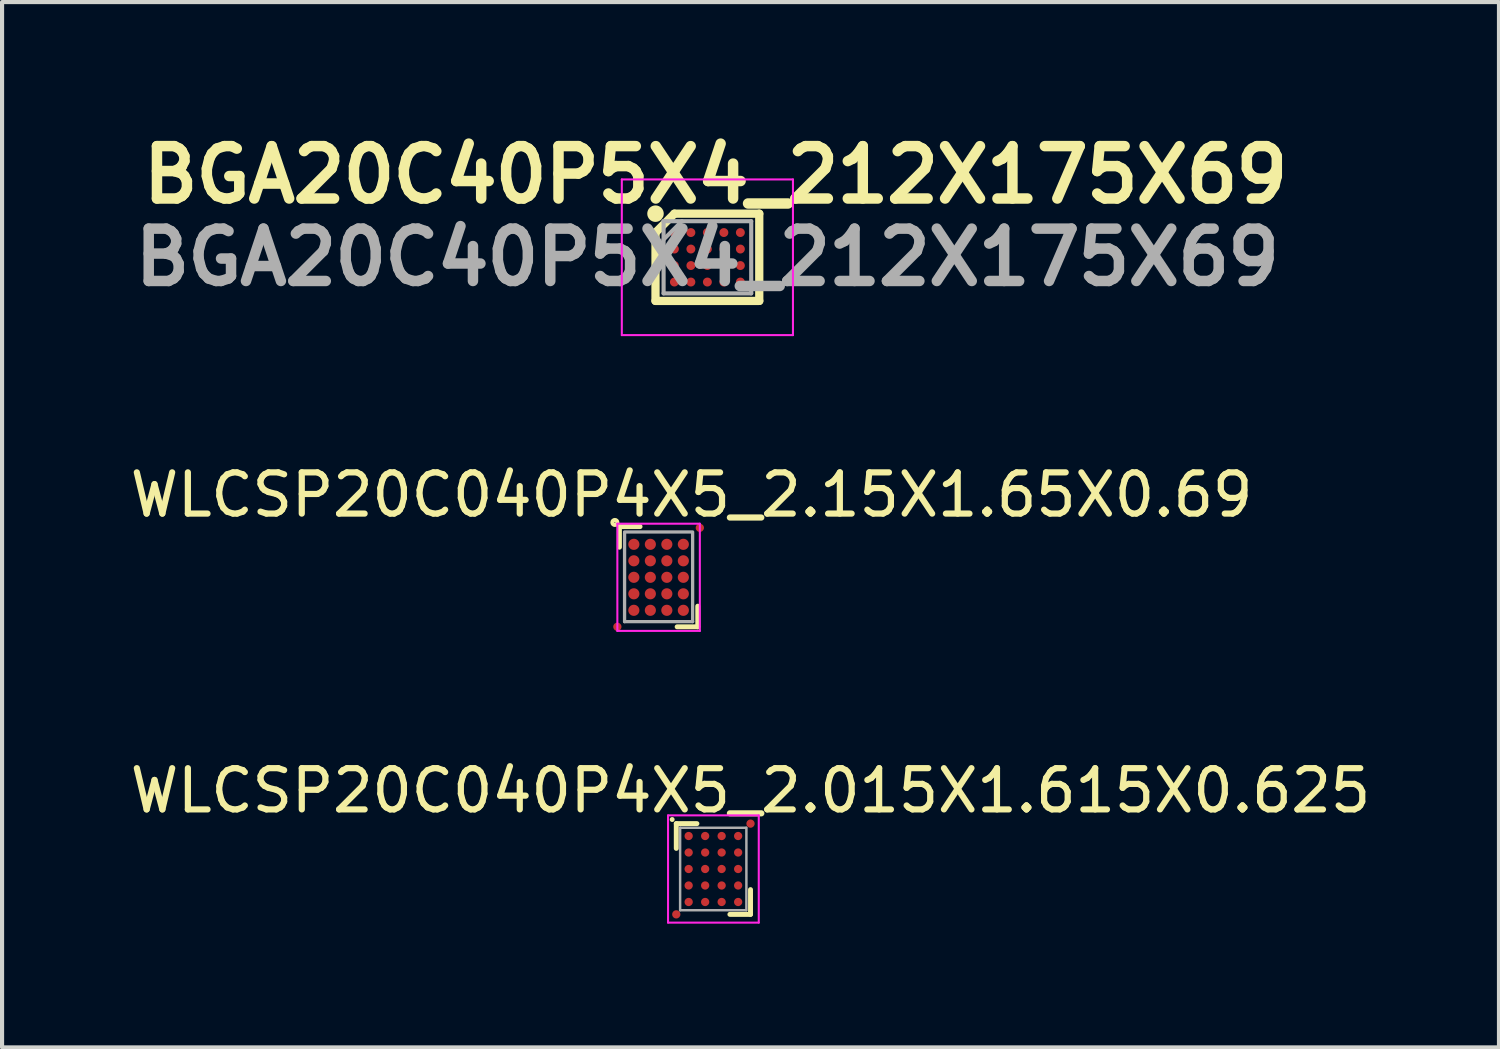
<source format=kicad_pcb>
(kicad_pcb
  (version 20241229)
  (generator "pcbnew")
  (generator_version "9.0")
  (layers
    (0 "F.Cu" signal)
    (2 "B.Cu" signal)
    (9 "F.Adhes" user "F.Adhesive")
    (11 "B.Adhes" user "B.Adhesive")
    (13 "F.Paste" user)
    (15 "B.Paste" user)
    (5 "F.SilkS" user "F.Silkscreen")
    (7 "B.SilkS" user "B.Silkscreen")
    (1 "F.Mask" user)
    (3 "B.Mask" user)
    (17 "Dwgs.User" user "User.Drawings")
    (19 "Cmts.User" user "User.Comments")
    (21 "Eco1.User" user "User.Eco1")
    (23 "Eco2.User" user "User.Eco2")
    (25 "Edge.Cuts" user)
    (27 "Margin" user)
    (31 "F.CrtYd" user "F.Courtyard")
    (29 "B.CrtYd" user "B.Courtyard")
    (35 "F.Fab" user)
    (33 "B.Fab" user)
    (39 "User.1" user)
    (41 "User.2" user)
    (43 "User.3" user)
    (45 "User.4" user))
  (footprint "WLCSP20C040P4X5_2.15X1.65X0.69"
    (layer "F.Cu")
    (at 12.92 10.949)
    (property "Reference" "WLCSP20C040P4X5_2.15X1.65X0.69" (at 0.8 -2 0) (layer "F.SilkS") (effects (font (size 1 1) (thickness 0.15))))
    (attr through_hole)
    (fp_line (start -0.95 -1.23) (end -0.95 -0.73) (stroke (width 0.12) (type solid)) (layer "F.SilkS"))
    (fp_line (start -0.45 -1.23) (end -0.95 -1.23) (stroke (width 0.12) (type solid)) (layer "F.SilkS"))
    (fp_line (start 0.45 1.2) (end 0.95 1.2) (stroke (width 0.12) (type solid)) (layer "F.SilkS"))
    (fp_line (start 0.95 1.2) (end 0.95 0.7) (stroke (width 0.12) (type solid)) (layer "F.SilkS"))
    (fp_circle (center -1.06 -1.33) (end -1.05 -1.33) (stroke (width 0.1) (type solid)) (fill no) (layer "F.SilkS"))
    (fp_line (start -1 -1.3) (end -1 1.3) (stroke (width 0.05) (type solid)) (layer "F.CrtYd"))
    (fp_line (start -1 1.3) (end 1 1.3) (stroke (width 0.05) (type solid)) (layer "F.CrtYd"))
    (fp_line (start 1 -1.3) (end -1 -1.3) (stroke (width 0.05) (type solid)) (layer "F.CrtYd"))
    (fp_line (start 1 1.3) (end 1 -1.3) (stroke (width 0.05) (type solid)) (layer "F.CrtYd"))
    (fp_line (start -0.825 -1.1) (end 0.825 -1.1) (stroke (width 0.08) (type solid)) (layer "F.Fab"))
    (fp_line (start -0.825 1.075) (end -0.825 -1.075) (stroke (width 0.08) (type solid)) (layer "F.Fab"))
    (fp_line (start -0.825 1.075) (end 0.825 1.075) (stroke (width 0.08) (type solid)) (layer "F.Fab"))
    (fp_line (start 0.825 1.075) (end 0.825 -1.075) (stroke (width 0.08) (type solid)) (layer "F.Fab"))
    (pad "A1" smd circle (at -0.6 -0.8) (size 0.27 0.27) (layers "F.Cu" "F.Mask" "F.Paste"))
    (pad "A2" smd circle (at -0.6 -0.4) (size 0.27 0.27) (layers "F.Cu" "F.Mask" "F.Paste"))
    (pad "A3" smd circle (at -0.6 0) (size 0.27 0.27) (layers "F.Cu" "F.Mask" "F.Paste"))
    (pad "A4" smd circle (at -0.6 0.4) (size 0.27 0.27) (layers "F.Cu" "F.Mask" "F.Paste"))
    (pad "A5" smd circle (at -0.6 0.8) (size 0.27 0.27) (layers "F.Cu" "F.Mask" "F.Paste"))
    (pad "B1" smd circle (at -0.2 -0.8) (size 0.27 0.27) (layers "F.Cu" "F.Mask" "F.Paste"))
    (pad "B2" smd circle (at -0.2 -0.4) (size 0.27 0.27) (layers "F.Cu" "F.Mask" "F.Paste"))
    (pad "B3" smd circle (at -0.2 0) (size 0.27 0.27) (layers "F.Cu" "F.Mask" "F.Paste"))
    (pad "B4" smd circle (at -0.2 0.4) (size 0.27 0.27) (layers "F.Cu" "F.Mask" "F.Paste"))
    (pad "B5" smd circle (at -0.2 0.8) (size 0.27 0.27) (layers "F.Cu" "F.Mask" "F.Paste"))
    (pad "C1" smd circle (at 0.2 -0.8) (size 0.27 0.27) (layers "F.Cu" "F.Mask" "F.Paste"))
    (pad "C2" smd circle (at 0.2 -0.4) (size 0.27 0.27) (layers "F.Cu" "F.Mask" "F.Paste"))
    (pad "C3" smd circle (at 0.2 0) (size 0.27 0.27) (layers "F.Cu" "F.Mask" "F.Paste"))
    (pad "C4" smd circle (at 0.2 0.4) (size 0.27 0.27) (layers "F.Cu" "F.Mask" "F.Paste"))
    (pad "C5" smd circle (at 0.2 0.8) (size 0.27 0.27) (layers "F.Cu" "F.Mask" "F.Paste"))
    (pad "D1" smd circle (at 0.6 -0.8) (size 0.27 0.27) (layers "F.Cu" "F.Mask" "F.Paste"))
    (pad "D2" smd circle (at 0.6 -0.4) (size 0.27 0.27) (layers "F.Cu" "F.Mask" "F.Paste"))
    (pad "D3" smd circle (at 0.6 0) (size 0.27 0.27) (layers "F.Cu" "F.Mask" "F.Paste"))
    (pad "D4" smd circle (at 0.6 0.4) (size 0.27 0.27) (layers "F.Cu" "F.Mask" "F.Paste"))
    (pad "D5" smd circle (at 0.6 0.8) (size 0.27 0.27) (layers "F.Cu" "F.Mask" "F.Paste"))
    (pad "FID" smd circle (at -1 1.2) (size 0.2 0.2) (layers "F.Cu" "F.Mask" "F.Paste"))
    (pad "FID" smd circle (at 1 -1.2) (size 0.2 0.2) (layers "F.Cu" "F.Mask" "F.Paste")))
  (footprint "WLCSP20C040P4X5_2.015X1.615X0.625"
    (layer "F.Cu")
    (at 14.249 18.022)
    (property "Reference" "WLCSP20C040P4X5_2.015X1.615X0.625" (at 0.9 -1.9 0) (layer "F.SilkS") (effects (font (size 1 1) (thickness 0.15))))
    (attr through_hole)
    (fp_line (start -0.9 -1.1) (end -0.4 -1.1) (stroke (width 0.12) (type solid)) (layer "F.SilkS"))
    (fp_line (start -0.9 -0.5) (end -0.9 -1.1) (stroke (width 0.12) (type solid)) (layer "F.SilkS"))
    (fp_line (start 0.9 0.5) (end 0.9 1.1) (stroke (width 0.12) (type solid)) (layer "F.SilkS"))
    (fp_line (start 0.9 1.1) (end 0.4 1.1) (stroke (width 0.12) (type solid)) (layer "F.SilkS"))
    (fp_circle (center -1 -1.2) (end -0.97 -1.2) (stroke (width 0.06) (type solid)) (fill no) (layer "F.SilkS"))
    (fp_line (start -1.1 -1.3) (end -1.1 1.3) (stroke (width 0.05) (type solid)) (layer "F.CrtYd"))
    (fp_line (start -1.1 1.3) (end 1.1 1.3) (stroke (width 0.05) (type solid)) (layer "F.CrtYd"))
    (fp_line (start 1.1 -1.3) (end -1.1 -1.3) (stroke (width 0.05) (type solid)) (layer "F.CrtYd"))
    (fp_line (start 1.1 1.3) (end 1.1 -1.3) (stroke (width 0.05) (type solid)) (layer "F.CrtYd"))
    (fp_line (start -0.807 -1) (end -0.807 1) (stroke (width 0.06) (type solid)) (layer "F.Fab"))
    (fp_line (start -0.807 -1) (end 0.793 -1) (stroke (width 0.06) (type solid)) (layer "F.Fab"))
    (fp_line (start -0.807 1) (end 0.793 1) (stroke (width 0.06) (type solid)) (layer "F.Fab"))
    (fp_line (start 0.8 -1) (end 0.8 1) (stroke (width 0.06) (type solid)) (layer "F.Fab"))
    (pad "A1" smd circle (at -0.6 -0.8) (size 0.2 0.2) (layers "F.Cu" "F.Mask" "F.Paste"))
    (pad "A2" smd circle (at -0.6 -0.4) (size 0.2 0.2) (layers "F.Cu" "F.Mask" "F.Paste"))
    (pad "A3" smd circle (at -0.6 0) (size 0.2 0.2) (layers "F.Cu" "F.Mask" "F.Paste"))
    (pad "A4" smd circle (at -0.6 0.4) (size 0.2 0.2) (layers "F.Cu" "F.Mask" "F.Paste"))
    (pad "A5" smd circle (at -0.6 0.8) (size 0.2 0.2) (layers "F.Cu" "F.Mask" "F.Paste"))
    (pad "B1" smd circle (at -0.2 -0.8) (size 0.2 0.2) (layers "F.Cu" "F.Mask" "F.Paste"))
    (pad "B2" smd circle (at -0.2 -0.4) (size 0.2 0.2) (layers "F.Cu" "F.Mask" "F.Paste"))
    (pad "B3" smd circle (at -0.2 0) (size 0.2 0.2) (layers "F.Cu" "F.Mask" "F.Paste"))
    (pad "B4" smd circle (at -0.2 0.4) (size 0.2 0.2) (layers "F.Cu" "F.Mask" "F.Paste"))
    (pad "B5" smd circle (at -0.2 0.8) (size 0.2 0.2) (layers "F.Cu" "F.Mask" "F.Paste"))
    (pad "C1" smd circle (at 0.2 -0.8) (size 0.2 0.2) (layers "F.Cu" "F.Mask" "F.Paste"))
    (pad "C2" smd circle (at 0.2 -0.4) (size 0.2 0.2) (layers "F.Cu" "F.Mask" "F.Paste"))
    (pad "C3" smd circle (at 0.2 0) (size 0.2 0.2) (layers "F.Cu" "F.Mask" "F.Paste"))
    (pad "C4" smd circle (at 0.2 0.4) (size 0.2 0.2) (layers "F.Cu" "F.Mask" "F.Paste"))
    (pad "C5" smd circle (at 0.2 0.8) (size 0.2 0.2) (layers "F.Cu" "F.Mask" "F.Paste"))
    (pad "D1" smd circle (at 0.6 -0.8) (size 0.2 0.2) (layers "F.Cu" "F.Mask" "F.Paste"))
    (pad "D2" smd circle (at 0.6 -0.4) (size 0.2 0.2) (layers "F.Cu" "F.Mask" "F.Paste"))
    (pad "D3" smd circle (at 0.6 0) (size 0.2 0.2) (layers "F.Cu" "F.Mask" "F.Paste"))
    (pad "D4" smd circle (at 0.6 0.4) (size 0.2 0.2) (layers "F.Cu" "F.Mask" "F.Paste"))
    (pad "D5" smd circle (at 0.6 0.8) (size 0.2 0.2) (layers "F.Cu" "F.Mask" "F.Paste"))
    (pad "FID" smd circle (at -0.9 1.1) (size 0.2 0.2) (layers "F.Cu" "F.Mask" "F.Paste"))
    (pad "FID" smd circle (at 0.9 -1.1) (size 0.2 0.2) (layers "F.Cu" "F.Mask" "F.Paste")))
  (footprint "BGA20C40P5X4_212X175X69"
    (layer "F.Cu")
    (at 14.103 3.189)
    (property "Reference" "BGA20C40P5X4_212X175X69" (at 0.2 -2 0) (layer "F.SilkS") (effects (font (size 1.27 1.27) (thickness 0.254))))
    (attr smd)
    (fp_line (start -1.258 -0.6) (end -0.8 -1.058) (stroke (width 0.2) (type solid)) (layer "F.SilkS"))
    (fp_line (start -1.258 1.058) (end -1.258 -0.6) (stroke (width 0.2) (type solid)) (layer "F.SilkS"))
    (fp_line (start -0.8 -1.058) (end 1.258 -1.058) (stroke (width 0.2) (type solid)) (layer "F.SilkS"))
    (fp_line (start 1.258 -1.058) (end 1.258 1.058) (stroke (width 0.2) (type solid)) (layer "F.SilkS"))
    (fp_line (start 1.258 1.058) (end -1.258 1.058) (stroke (width 0.2) (type solid)) (layer "F.SilkS"))
    (fp_circle (center -1.258 -1.058) (end -1.258 -0.958) (stroke (width 0.2) (type solid)) (fill no) (layer "F.SilkS"))
    (fp_line (start -2.075 -1.888) (end 2.075 -1.888) (stroke (width 0.05) (type solid)) (layer "F.CrtYd"))
    (fp_line (start -2.075 1.887) (end -2.075 -1.888) (stroke (width 0.05) (type solid)) (layer "F.CrtYd"))
    (fp_line (start 2.075 -1.888) (end 2.075 1.887) (stroke (width 0.05) (type solid)) (layer "F.CrtYd"))
    (fp_line (start 2.075 1.887) (end -2.075 1.887) (stroke (width 0.05) (type solid)) (layer "F.CrtYd"))
    (fp_line (start -1.062 -0.875) (end 1.063 -0.875) (stroke (width 0.1) (type solid)) (layer "F.Fab"))
    (fp_line (start -1.062 -0.431) (end -0.618 -0.875) (stroke (width 0.1) (type solid)) (layer "F.Fab"))
    (fp_line (start -1.062 0.875) (end -1.062 -0.875) (stroke (width 0.1) (type solid)) (layer "F.Fab"))
    (fp_line (start 1.063 -0.875) (end 1.063 0.875) (stroke (width 0.1) (type solid)) (layer "F.Fab"))
    (fp_line (start 1.063 0.875) (end -1.062 0.875) (stroke (width 0.1) (type solid)) (layer "F.Fab"))
    (fp_text user "${REFERENCE}" (at 0 0 0) (layer "F.Fab") (effects (font (size 1.27 1.27) (thickness 0.254))))
    (pad "A1" smd circle (at -0.8 -0.6 90) (size 0.216 0.216) (layers "F.Cu" "F.Mask" "F.Paste"))
    (pad "A2" smd circle (at -0.4 -0.6 90) (size 0.216 0.216) (layers "F.Cu" "F.Mask" "F.Paste"))
    (pad "A3" smd circle (at 0 -0.6 90) (size 0.216 0.216) (layers "F.Cu" "F.Mask" "F.Paste"))
    (pad "A4" smd circle (at 0.4 -0.6 90) (size 0.216 0.216) (layers "F.Cu" "F.Mask" "F.Paste"))
    (pad "A5" smd circle (at 0.8 -0.6 90) (size 0.216 0.216) (layers "F.Cu" "F.Mask" "F.Paste"))
    (pad "B1" smd circle (at -0.8 -0.2 90) (size 0.216 0.216) (layers "F.Cu" "F.Mask" "F.Paste"))
    (pad "B2" smd circle (at -0.4 -0.2 90) (size 0.216 0.216) (layers "F.Cu" "F.Mask" "F.Paste"))
    (pad "B3" smd circle (at 0 -0.2 90) (size 0.216 0.216) (layers "F.Cu" "F.Mask" "F.Paste"))
    (pad "B4" smd circle (at 0.4 -0.2 90) (size 0.216 0.216) (layers "F.Cu" "F.Mask" "F.Paste"))
    (pad "B5" smd circle (at 0.8 -0.2 90) (size 0.216 0.216) (layers "F.Cu" "F.Mask" "F.Paste"))
    (pad "C1" smd circle (at -0.8 0.2 90) (size 0.216 0.216) (layers "F.Cu" "F.Mask" "F.Paste"))
    (pad "C2" smd circle (at -0.4 0.2 90) (size 0.216 0.216) (layers "F.Cu" "F.Mask" "F.Paste"))
    (pad "C3" smd circle (at 0 0.2 90) (size 0.216 0.216) (layers "F.Cu" "F.Mask" "F.Paste"))
    (pad "C4" smd circle (at 0.4 0.2 90) (size 0.216 0.216) (layers "F.Cu" "F.Mask" "F.Paste"))
    (pad "C5" smd circle (at 0.8 0.2 90) (size 0.216 0.216) (layers "F.Cu" "F.Mask" "F.Paste"))
    (pad "D1" smd circle (at -0.8 0.6 90) (size 0.216 0.216) (layers "F.Cu" "F.Mask" "F.Paste"))
    (pad "D2" smd circle (at -0.4 0.6 90) (size 0.216 0.216) (layers "F.Cu" "F.Mask" "F.Paste"))
    (pad "D3" smd circle (at 0 0.6 90) (size 0.216 0.216) (layers "F.Cu" "F.Mask" "F.Paste"))
    (pad "D4" smd circle (at 0.4 0.6 90) (size 0.216 0.216) (layers "F.Cu" "F.Mask" "F.Paste"))
    (pad "D5" smd circle (at 0.8 0.6 90) (size 0.216 0.216) (layers "F.Cu" "F.Mask" "F.Paste")))
  (gr_rect
    (start -3 -3)
    (end 33.298 22.347)
    (stroke (width 0.1) (type default))
    (fill no)
    (layer "Edge.Cuts")))
</source>
